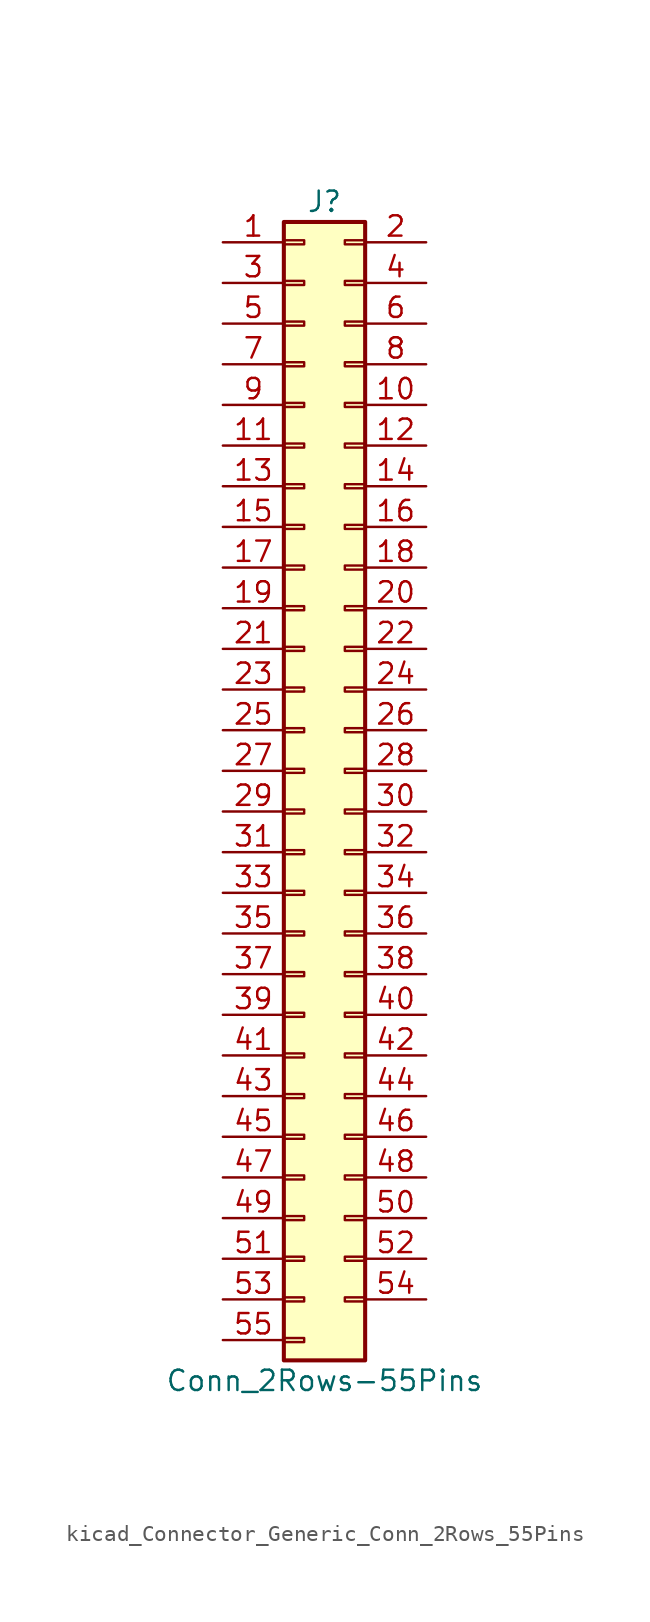
<source format=kicad_sym>
(kicad_symbol_lib
  (version 20220914)
  (generator kicad_symbol_editor)
  (symbol "kicad_Connector_Generic_Conn_2Rows_55Pins"
    (pin_names
      (offset 1.016) hide)
    (property "Reference" "J"
      (at 1.27 35.56 0)
      (effects (font (size 1.27 1.27))))
    (property "Value" "Conn_2Rows-55Pins"
      (at 1.27 -38.1 0)
      (effects (font (size 1.27 1.27))))
    (symbol "kicad_Connector_Generic_Conn_2Rows_55Pins_1_1"
      (rectangle (start -1.27 -35.433) (end 0 -35.687) (stroke (width 0.152) (type default)) (fill (type none)))
      (rectangle (start -1.27 -32.893) (end 0 -33.147) (stroke (width 0.152) (type default)) (fill (type none)))
      (rectangle (start -1.27 -30.353) (end 0 -30.607) (stroke (width 0.152) (type default)) (fill (type none)))
      (rectangle (start -1.27 -27.813) (end 0 -28.067) (stroke (width 0.152) (type default)) (fill (type none)))
      (rectangle (start -1.27 -25.273) (end 0 -25.527) (stroke (width 0.152) (type default)) (fill (type none)))
      (rectangle (start -1.27 -22.733) (end 0 -22.987) (stroke (width 0.152) (type default)) (fill (type none)))
      (rectangle (start -1.27 -20.193) (end 0 -20.447) (stroke (width 0.152) (type default)) (fill (type none)))
      (rectangle (start -1.27 -17.653) (end 0 -17.907) (stroke (width 0.152) (type default)) (fill (type none)))
      (rectangle (start -1.27 -15.113) (end 0 -15.367) (stroke (width 0.152) (type default)) (fill (type none)))
      (rectangle (start -1.27 -12.573) (end 0 -12.827) (stroke (width 0.152) (type default)) (fill (type none)))
      (rectangle (start -1.27 -10.033) (end 0 -10.287) (stroke (width 0.152) (type default)) (fill (type none)))
      (rectangle (start -1.27 -7.493) (end 0 -7.747) (stroke (width 0.152) (type default)) (fill (type none)))
      (rectangle (start -1.27 -4.953) (end 0 -5.207) (stroke (width 0.152) (type default)) (fill (type none)))
      (rectangle (start -1.27 -2.413) (end 0 -2.667) (stroke (width 0.152) (type default)) (fill (type none)))
      (rectangle (start -1.27 0.127) (end 0 -0.127) (stroke (width 0.152) (type default)) (fill (type none)))
      (rectangle (start -1.27 2.667) (end 0 2.413) (stroke (width 0.152) (type default)) (fill (type none)))
      (rectangle (start -1.27 5.207) (end 0 4.953) (stroke (width 0.152) (type default)) (fill (type none)))
      (rectangle (start -1.27 7.747) (end 0 7.493) (stroke (width 0.152) (type default)) (fill (type none)))
      (rectangle (start -1.27 10.287) (end 0 10.033) (stroke (width 0.152) (type default)) (fill (type none)))
      (rectangle (start -1.27 12.827) (end 0 12.573) (stroke (width 0.152) (type default)) (fill (type none)))
      (rectangle (start -1.27 15.367) (end 0 15.113) (stroke (width 0.152) (type default)) (fill (type none)))
      (rectangle (start -1.27 17.907) (end 0 17.653) (stroke (width 0.152) (type default)) (fill (type none)))
      (rectangle (start -1.27 20.447) (end 0 20.193) (stroke (width 0.152) (type default)) (fill (type none)))
      (rectangle (start -1.27 22.987) (end 0 22.733) (stroke (width 0.152) (type default)) (fill (type none)))
      (rectangle (start -1.27 25.527) (end 0 25.273) (stroke (width 0.152) (type default)) (fill (type none)))
      (rectangle (start -1.27 28.067) (end 0 27.813) (stroke (width 0.152) (type default)) (fill (type none)))
      (rectangle (start -1.27 30.607) (end 0 30.353) (stroke (width 0.152) (type default)) (fill (type none)))
      (rectangle (start -1.27 33.147) (end 0 32.893) (stroke (width 0.152) (type default)) (fill (type none)))
      (rectangle (start -1.27 34.29) (end 3.81 -36.83) (stroke (width 0.254) (type default)) (fill (type background)))
      (rectangle (start 3.81 -32.893) (end 2.54 -33.147) (stroke (width 0.152) (type default)) (fill (type none)))
      (rectangle (start 3.81 -30.353) (end 2.54 -30.607) (stroke (width 0.152) (type default)) (fill (type none)))
      (rectangle (start 3.81 -27.813) (end 2.54 -28.067) (stroke (width 0.152) (type default)) (fill (type none)))
      (rectangle (start 3.81 -25.273) (end 2.54 -25.527) (stroke (width 0.152) (type default)) (fill (type none)))
      (rectangle (start 3.81 -22.733) (end 2.54 -22.987) (stroke (width 0.152) (type default)) (fill (type none)))
      (rectangle (start 3.81 -20.193) (end 2.54 -20.447) (stroke (width 0.152) (type default)) (fill (type none)))
      (rectangle (start 3.81 -17.653) (end 2.54 -17.907) (stroke (width 0.152) (type default)) (fill (type none)))
      (rectangle (start 3.81 -15.113) (end 2.54 -15.367) (stroke (width 0.152) (type default)) (fill (type none)))
      (rectangle (start 3.81 -12.573) (end 2.54 -12.827) (stroke (width 0.152) (type default)) (fill (type none)))
      (rectangle (start 3.81 -10.033) (end 2.54 -10.287) (stroke (width 0.152) (type default)) (fill (type none)))
      (rectangle (start 3.81 -7.493) (end 2.54 -7.747) (stroke (width 0.152) (type default)) (fill (type none)))
      (rectangle (start 3.81 -4.953) (end 2.54 -5.207) (stroke (width 0.152) (type default)) (fill (type none)))
      (rectangle (start 3.81 -2.413) (end 2.54 -2.667) (stroke (width 0.152) (type default)) (fill (type none)))
      (rectangle (start 3.81 0.127) (end 2.54 -0.127) (stroke (width 0.152) (type default)) (fill (type none)))
      (rectangle (start 3.81 2.667) (end 2.54 2.413) (stroke (width 0.152) (type default)) (fill (type none)))
      (rectangle (start 3.81 5.207) (end 2.54 4.953) (stroke (width 0.152) (type default)) (fill (type none)))
      (rectangle (start 3.81 7.747) (end 2.54 7.493) (stroke (width 0.152) (type default)) (fill (type none)))
      (rectangle (start 3.81 10.287) (end 2.54 10.033) (stroke (width 0.152) (type default)) (fill (type none)))
      (rectangle (start 3.81 12.827) (end 2.54 12.573) (stroke (width 0.152) (type default)) (fill (type none)))
      (rectangle (start 3.81 15.367) (end 2.54 15.113) (stroke (width 0.152) (type default)) (fill (type none)))
      (rectangle (start 3.81 17.907) (end 2.54 17.653) (stroke (width 0.152) (type default)) (fill (type none)))
      (rectangle (start 3.81 20.447) (end 2.54 20.193) (stroke (width 0.152) (type default)) (fill (type none)))
      (rectangle (start 3.81 22.987) (end 2.54 22.733) (stroke (width 0.152) (type default)) (fill (type none)))
      (rectangle (start 3.81 25.527) (end 2.54 25.273) (stroke (width 0.152) (type default)) (fill (type none)))
      (rectangle (start 3.81 28.067) (end 2.54 27.813) (stroke (width 0.152) (type default)) (fill (type none)))
      (rectangle (start 3.81 30.607) (end 2.54 30.353) (stroke (width 0.152) (type default)) (fill (type none)))
      (rectangle (start 3.81 33.147) (end 2.54 32.893) (stroke (width 0.152) (type default)) (fill (type none)))
      (pin passive line (at -5.08 33.02 0) (length 3.81) (name "Pin_1" (effects (font (size 1.27 1.27)))) (number "1" (effects (font (size 1.27 1.27)))))
      (pin passive line (at 7.62 22.86 180) (length 3.81) (name "Pin_10" (effects (font (size 1.27 1.27)))) (number "10" (effects (font (size 1.27 1.27)))))
      (pin passive line (at -5.08 20.32 0) (length 3.81) (name "Pin_11" (effects (font (size 1.27 1.27)))) (number "11" (effects (font (size 1.27 1.27)))))
      (pin passive line (at 7.62 20.32 180) (length 3.81) (name "Pin_12" (effects (font (size 1.27 1.27)))) (number "12" (effects (font (size 1.27 1.27)))))
      (pin passive line (at -5.08 17.78 0) (length 3.81) (name "Pin_13" (effects (font (size 1.27 1.27)))) (number "13" (effects (font (size 1.27 1.27)))))
      (pin passive line (at 7.62 17.78 180) (length 3.81) (name "Pin_14" (effects (font (size 1.27 1.27)))) (number "14" (effects (font (size 1.27 1.27)))))
      (pin passive line (at -5.08 15.24 0) (length 3.81) (name "Pin_15" (effects (font (size 1.27 1.27)))) (number "15" (effects (font (size 1.27 1.27)))))
      (pin passive line (at 7.62 15.24 180) (length 3.81) (name "Pin_16" (effects (font (size 1.27 1.27)))) (number "16" (effects (font (size 1.27 1.27)))))
      (pin passive line (at -5.08 12.7 0) (length 3.81) (name "Pin_17" (effects (font (size 1.27 1.27)))) (number "17" (effects (font (size 1.27 1.27)))))
      (pin passive line (at 7.62 12.7 180) (length 3.81) (name "Pin_18" (effects (font (size 1.27 1.27)))) (number "18" (effects (font (size 1.27 1.27)))))
      (pin passive line (at -5.08 10.16 0) (length 3.81) (name "Pin_19" (effects (font (size 1.27 1.27)))) (number "19" (effects (font (size 1.27 1.27)))))
      (pin passive line (at 7.62 33.02 180) (length 3.81) (name "Pin_2" (effects (font (size 1.27 1.27)))) (number "2" (effects (font (size 1.27 1.27)))))
      (pin passive line (at 7.62 10.16 180) (length 3.81) (name "Pin_20" (effects (font (size 1.27 1.27)))) (number "20" (effects (font (size 1.27 1.27)))))
      (pin passive line (at -5.08 7.62 0) (length 3.81) (name "Pin_21" (effects (font (size 1.27 1.27)))) (number "21" (effects (font (size 1.27 1.27)))))
      (pin passive line (at 7.62 7.62 180) (length 3.81) (name "Pin_22" (effects (font (size 1.27 1.27)))) (number "22" (effects (font (size 1.27 1.27)))))
      (pin passive line (at -5.08 5.08 0) (length 3.81) (name "Pin_23" (effects (font (size 1.27 1.27)))) (number "23" (effects (font (size 1.27 1.27)))))
      (pin passive line (at 7.62 5.08 180) (length 3.81) (name "Pin_24" (effects (font (size 1.27 1.27)))) (number "24" (effects (font (size 1.27 1.27)))))
      (pin passive line (at -5.08 2.54 0) (length 3.81) (name "Pin_25" (effects (font (size 1.27 1.27)))) (number "25" (effects (font (size 1.27 1.27)))))
      (pin passive line (at 7.62 2.54 180) (length 3.81) (name "Pin_26" (effects (font (size 1.27 1.27)))) (number "26" (effects (font (size 1.27 1.27)))))
      (pin passive line (at -5.08 0 0) (length 3.81) (name "Pin_27" (effects (font (size 1.27 1.27)))) (number "27" (effects (font (size 1.27 1.27)))))
      (pin passive line (at 7.62 0 180) (length 3.81) (name "Pin_28" (effects (font (size 1.27 1.27)))) (number "28" (effects (font (size 1.27 1.27)))))
      (pin passive line (at -5.08 -2.54 0) (length 3.81) (name "Pin_29" (effects (font (size 1.27 1.27)))) (number "29" (effects (font (size 1.27 1.27)))))
      (pin passive line (at -5.08 30.48 0) (length 3.81) (name "Pin_3" (effects (font (size 1.27 1.27)))) (number "3" (effects (font (size 1.27 1.27)))))
      (pin passive line (at 7.62 -2.54 180) (length 3.81) (name "Pin_30" (effects (font (size 1.27 1.27)))) (number "30" (effects (font (size 1.27 1.27)))))
      (pin passive line (at -5.08 -5.08 0) (length 3.81) (name "Pin_31" (effects (font (size 1.27 1.27)))) (number "31" (effects (font (size 1.27 1.27)))))
      (pin passive line (at 7.62 -5.08 180) (length 3.81) (name "Pin_32" (effects (font (size 1.27 1.27)))) (number "32" (effects (font (size 1.27 1.27)))))
      (pin passive line (at -5.08 -7.62 0) (length 3.81) (name "Pin_33" (effects (font (size 1.27 1.27)))) (number "33" (effects (font (size 1.27 1.27)))))
      (pin passive line (at 7.62 -7.62 180) (length 3.81) (name "Pin_34" (effects (font (size 1.27 1.27)))) (number "34" (effects (font (size 1.27 1.27)))))
      (pin passive line (at -5.08 -10.16 0) (length 3.81) (name "Pin_35" (effects (font (size 1.27 1.27)))) (number "35" (effects (font (size 1.27 1.27)))))
      (pin passive line (at 7.62 -10.16 180) (length 3.81) (name "Pin_36" (effects (font (size 1.27 1.27)))) (number "36" (effects (font (size 1.27 1.27)))))
      (pin passive line (at -5.08 -12.7 0) (length 3.81) (name "Pin_37" (effects (font (size 1.27 1.27)))) (number "37" (effects (font (size 1.27 1.27)))))
      (pin passive line (at 7.62 -12.7 180) (length 3.81) (name "Pin_38" (effects (font (size 1.27 1.27)))) (number "38" (effects (font (size 1.27 1.27)))))
      (pin passive line (at -5.08 -15.24 0) (length 3.81) (name "Pin_39" (effects (font (size 1.27 1.27)))) (number "39" (effects (font (size 1.27 1.27)))))
      (pin passive line (at 7.62 30.48 180) (length 3.81) (name "Pin_4" (effects (font (size 1.27 1.27)))) (number "4" (effects (font (size 1.27 1.27)))))
      (pin passive line (at 7.62 -15.24 180) (length 3.81) (name "Pin_40" (effects (font (size 1.27 1.27)))) (number "40" (effects (font (size 1.27 1.27)))))
      (pin passive line (at -5.08 -17.78 0) (length 3.81) (name "Pin_41" (effects (font (size 1.27 1.27)))) (number "41" (effects (font (size 1.27 1.27)))))
      (pin passive line (at 7.62 -17.78 180) (length 3.81) (name "Pin_42" (effects (font (size 1.27 1.27)))) (number "42" (effects (font (size 1.27 1.27)))))
      (pin passive line (at -5.08 -20.32 0) (length 3.81) (name "Pin_43" (effects (font (size 1.27 1.27)))) (number "43" (effects (font (size 1.27 1.27)))))
      (pin passive line (at 7.62 -20.32 180) (length 3.81) (name "Pin_44" (effects (font (size 1.27 1.27)))) (number "44" (effects (font (size 1.27 1.27)))))
      (pin passive line (at -5.08 -22.86 0) (length 3.81) (name "Pin_45" (effects (font (size 1.27 1.27)))) (number "45" (effects (font (size 1.27 1.27)))))
      (pin passive line (at 7.62 -22.86 180) (length 3.81) (name "Pin_46" (effects (font (size 1.27 1.27)))) (number "46" (effects (font (size 1.27 1.27)))))
      (pin passive line (at -5.08 -25.4 0) (length 3.81) (name "Pin_47" (effects (font (size 1.27 1.27)))) (number "47" (effects (font (size 1.27 1.27)))))
      (pin passive line (at 7.62 -25.4 180) (length 3.81) (name "Pin_48" (effects (font (size 1.27 1.27)))) (number "48" (effects (font (size 1.27 1.27)))))
      (pin passive line (at -5.08 -27.94 0) (length 3.81) (name "Pin_49" (effects (font (size 1.27 1.27)))) (number "49" (effects (font (size 1.27 1.27)))))
      (pin passive line (at -5.08 27.94 0) (length 3.81) (name "Pin_5" (effects (font (size 1.27 1.27)))) (number "5" (effects (font (size 1.27 1.27)))))
      (pin passive line (at 7.62 -27.94 180) (length 3.81) (name "Pin_50" (effects (font (size 1.27 1.27)))) (number "50" (effects (font (size 1.27 1.27)))))
      (pin passive line (at -5.08 -30.48 0) (length 3.81) (name "Pin_51" (effects (font (size 1.27 1.27)))) (number "51" (effects (font (size 1.27 1.27)))))
      (pin passive line (at 7.62 -30.48 180) (length 3.81) (name "Pin_52" (effects (font (size 1.27 1.27)))) (number "52" (effects (font (size 1.27 1.27)))))
      (pin passive line (at -5.08 -33.02 0) (length 3.81) (name "Pin_53" (effects (font (size 1.27 1.27)))) (number "53" (effects (font (size 1.27 1.27)))))
      (pin passive line (at 7.62 -33.02 180) (length 3.81) (name "Pin_54" (effects (font (size 1.27 1.27)))) (number "54" (effects (font (size 1.27 1.27)))))
      (pin passive line (at -5.08 -35.56 0) (length 3.81) (name "Pin_55" (effects (font (size 1.27 1.27)))) (number "55" (effects (font (size 1.27 1.27)))))
      (pin passive line (at 7.62 27.94 180) (length 3.81) (name "Pin_6" (effects (font (size 1.27 1.27)))) (number "6" (effects (font (size 1.27 1.27)))))
      (pin passive line (at -5.08 25.4 0) (length 3.81) (name "Pin_7" (effects (font (size 1.27 1.27)))) (number "7" (effects (font (size 1.27 1.27)))))
      (pin passive line (at 7.62 25.4 180) (length 3.81) (name "Pin_8" (effects (font (size 1.27 1.27)))) (number "8" (effects (font (size 1.27 1.27)))))
      (pin passive line (at -5.08 22.86 0) (length 3.81) (name "Pin_9" (effects (font (size 1.27 1.27)))) (number "9" (effects (font (size 1.27 1.27))))))))
</source>
